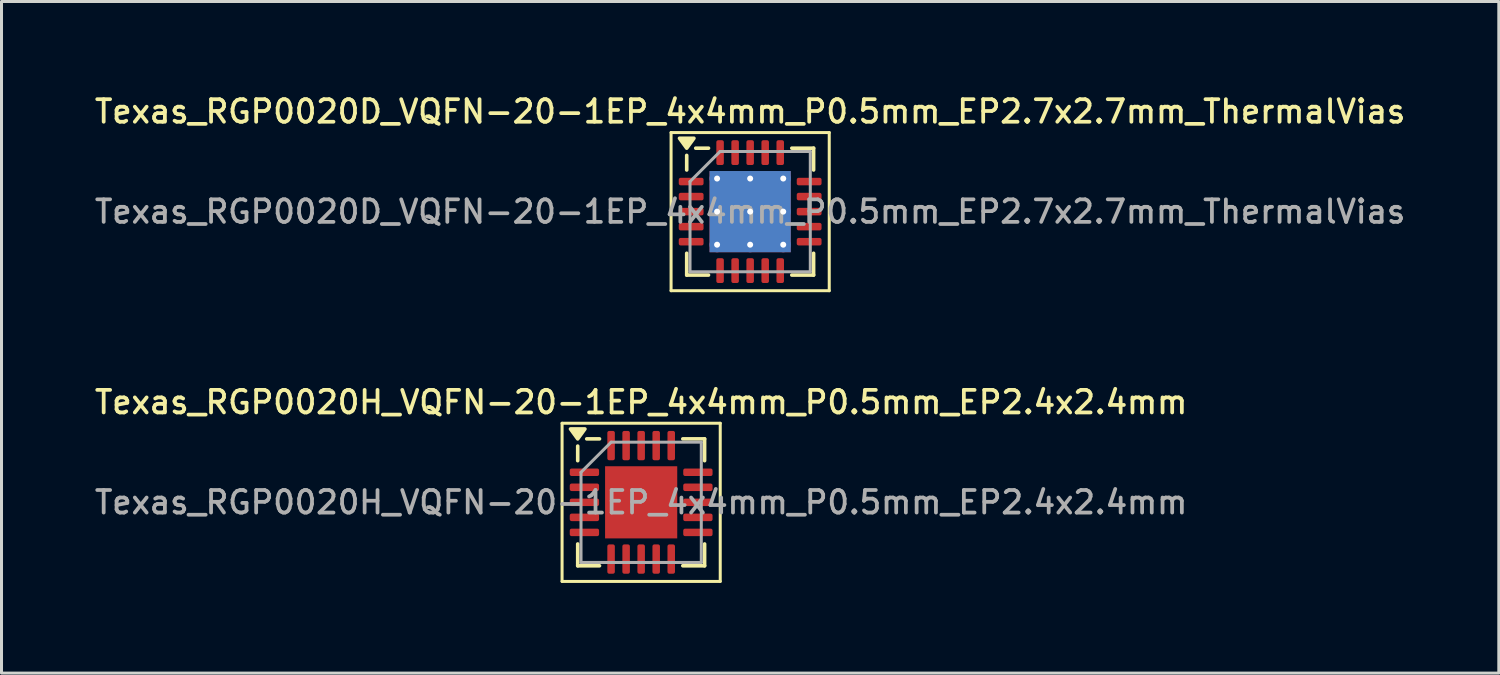
<source format=kicad_pcb>
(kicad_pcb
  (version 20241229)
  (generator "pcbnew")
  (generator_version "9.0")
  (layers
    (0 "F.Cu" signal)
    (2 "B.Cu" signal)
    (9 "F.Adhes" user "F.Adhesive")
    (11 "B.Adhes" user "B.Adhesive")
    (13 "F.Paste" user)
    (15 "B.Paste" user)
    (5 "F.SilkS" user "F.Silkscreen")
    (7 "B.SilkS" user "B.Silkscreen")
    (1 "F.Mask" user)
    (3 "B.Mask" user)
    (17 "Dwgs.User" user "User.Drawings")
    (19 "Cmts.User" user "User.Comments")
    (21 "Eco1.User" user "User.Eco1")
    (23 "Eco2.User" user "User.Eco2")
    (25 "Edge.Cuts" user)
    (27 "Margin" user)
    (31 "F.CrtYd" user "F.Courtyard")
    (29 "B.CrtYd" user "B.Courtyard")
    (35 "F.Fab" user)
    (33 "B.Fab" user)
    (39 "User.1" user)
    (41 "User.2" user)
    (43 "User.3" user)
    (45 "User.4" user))
  (footprint "Texas_RGP0020H_VQFN-20-1EP_4x4mm_P0.5mm_EP2.4x2.4mm"
    (layer "F.Cu")
    (at 18.273 13.656)
    (property "Reference" "Texas_RGP0020H_VQFN-20-1EP_4x4mm_P0.5mm_EP2.4x2.4mm" (at 0 -3.33 0) (layer "F.SilkS") (effects (font (size 0.75 0.75) (thickness 0.125))))
    (attr smd)
    (fp_line (start -2.63 -2.63) (end -2.63 2.63) (stroke (width 0.1) (type solid)) (layer "F.SilkS"))
    (fp_line (start -2.63 2.63) (end 2.63 2.63) (stroke (width 0.1) (type solid)) (layer "F.SilkS"))
    (fp_line (start -2.11 -1.385) (end -2.11 -1.87) (stroke (width 0.12) (type solid)) (layer "F.SilkS"))
    (fp_line (start -2.11 2.11) (end -2.11 1.385) (stroke (width 0.12) (type solid)) (layer "F.SilkS"))
    (fp_line (start -1.385 -2.11) (end -1.81 -2.11) (stroke (width 0.12) (type solid)) (layer "F.SilkS"))
    (fp_line (start -1.385 2.11) (end -2.11 2.11) (stroke (width 0.12) (type solid)) (layer "F.SilkS"))
    (fp_line (start 1.385 -2.11) (end 2.11 -2.11) (stroke (width 0.12) (type solid)) (layer "F.SilkS"))
    (fp_line (start 1.385 2.11) (end 2.11 2.11) (stroke (width 0.12) (type solid)) (layer "F.SilkS"))
    (fp_line (start 2.11 -2.11) (end 2.11 -1.385) (stroke (width 0.12) (type solid)) (layer "F.SilkS"))
    (fp_line (start 2.11 2.11) (end 2.11 1.385) (stroke (width 0.12) (type solid)) (layer "F.SilkS"))
    (fp_line (start 2.63 -2.63) (end -2.63 -2.63) (stroke (width 0.1) (type solid)) (layer "F.SilkS"))
    (fp_line (start 2.63 2.63) (end 2.63 -2.63) (stroke (width 0.1) (type solid)) (layer "F.SilkS"))
    (fp_poly (pts (xy -2.11 -2.11) (xy -2.35 -2.44) (xy -1.87 -2.44) (xy -2.11 -2.11)) (stroke (width 0.12) (type solid)) (fill yes) (layer "F.SilkS"))
    (fp_line (start -2 -1) (end -1 -2) (stroke (width 0.1) (type solid)) (layer "F.Fab"))
    (fp_line (start -2 2) (end -2 -1) (stroke (width 0.1) (type solid)) (layer "F.Fab"))
    (fp_line (start -1 -2) (end 2 -2) (stroke (width 0.1) (type solid)) (layer "F.Fab"))
    (fp_line (start 2 -2) (end 2 2) (stroke (width 0.1) (type solid)) (layer "F.Fab"))
    (fp_line (start 2 2) (end -2 2) (stroke (width 0.1) (type solid)) (layer "F.Fab"))
    (fp_text user "${REFERENCE}" (at 0 0 0) (layer "F.Fab") (effects (font (size 0.75 0.75) (thickness 0.125))))
    (pad "" smd roundrect (at -0.6 -0.6) (size 0.97 0.97) (layers "F.Paste") (roundrect_rratio 0.25))
    (pad "" smd roundrect (at -0.6 0.6) (size 0.97 0.97) (layers "F.Paste") (roundrect_rratio 0.25))
    (pad "" smd roundrect (at 0.6 -0.6) (size 0.97 0.97) (layers "F.Paste") (roundrect_rratio 0.25))
    (pad "" smd roundrect (at 0.6 0.6) (size 0.97 0.97) (layers "F.Paste") (roundrect_rratio 0.25))
    (pad "1" smd roundrect (at -1.887 -1) (size 0.975 0.25) (layers "F.Cu" "F.Mask" "F.Paste") (roundrect_rratio 0.25))
    (pad "2" smd roundrect (at -1.887 -0.5) (size 0.975 0.25) (layers "F.Cu" "F.Mask" "F.Paste") (roundrect_rratio 0.25))
    (pad "3" smd roundrect (at -1.887 0) (size 0.975 0.25) (layers "F.Cu" "F.Mask" "F.Paste") (roundrect_rratio 0.25))
    (pad "4" smd roundrect (at -1.887 0.5) (size 0.975 0.25) (layers "F.Cu" "F.Mask" "F.Paste") (roundrect_rratio 0.25))
    (pad "5" smd roundrect (at -1.887 1) (size 0.975 0.25) (layers "F.Cu" "F.Mask" "F.Paste") (roundrect_rratio 0.25))
    (pad "6" smd roundrect (at -1 1.887) (size 0.25 0.975) (layers "F.Cu" "F.Mask" "F.Paste") (roundrect_rratio 0.25))
    (pad "7" smd roundrect (at -0.5 1.887) (size 0.25 0.975) (layers "F.Cu" "F.Mask" "F.Paste") (roundrect_rratio 0.25))
    (pad "8" smd roundrect (at 0 1.887) (size 0.25 0.975) (layers "F.Cu" "F.Mask" "F.Paste") (roundrect_rratio 0.25))
    (pad "9" smd roundrect (at 0.5 1.887) (size 0.25 0.975) (layers "F.Cu" "F.Mask" "F.Paste") (roundrect_rratio 0.25))
    (pad "10" smd roundrect (at 1 1.887) (size 0.25 0.975) (layers "F.Cu" "F.Mask" "F.Paste") (roundrect_rratio 0.25))
    (pad "11" smd roundrect (at 1.887 1) (size 0.975 0.25) (layers "F.Cu" "F.Mask" "F.Paste") (roundrect_rratio 0.25))
    (pad "12" smd roundrect (at 1.887 0.5) (size 0.975 0.25) (layers "F.Cu" "F.Mask" "F.Paste") (roundrect_rratio 0.25))
    (pad "13" smd roundrect (at 1.887 0) (size 0.975 0.25) (layers "F.Cu" "F.Mask" "F.Paste") (roundrect_rratio 0.25))
    (pad "14" smd roundrect (at 1.887 -0.5) (size 0.975 0.25) (layers "F.Cu" "F.Mask" "F.Paste") (roundrect_rratio 0.25))
    (pad "15" smd roundrect (at 1.887 -1) (size 0.975 0.25) (layers "F.Cu" "F.Mask" "F.Paste") (roundrect_rratio 0.25))
    (pad "16" smd roundrect (at 1 -1.887) (size 0.25 0.975) (layers "F.Cu" "F.Mask" "F.Paste") (roundrect_rratio 0.25))
    (pad "17" smd roundrect (at 0.5 -1.887) (size 0.25 0.975) (layers "F.Cu" "F.Mask" "F.Paste") (roundrect_rratio 0.25))
    (pad "18" smd roundrect (at 0 -1.887) (size 0.25 0.975) (layers "F.Cu" "F.Mask" "F.Paste") (roundrect_rratio 0.25))
    (pad "19" smd roundrect (at -0.5 -1.887) (size 0.25 0.975) (layers "F.Cu" "F.Mask" "F.Paste") (roundrect_rratio 0.25))
    (pad "20" smd roundrect (at -1 -1.887) (size 0.25 0.975) (layers "F.Cu" "F.Mask" "F.Paste") (roundrect_rratio 0.25))
    (pad "21" smd rect (at 0 0) (size 2.4 2.4) (property pad_prop_heatsink) (layers "F.Cu" "F.Mask")))
  (footprint "Texas_RGP0020D_VQFN-20-1EP_4x4mm_P0.5mm_EP2.7x2.7mm_ThermalVias"
    (layer "F.Cu")
    (at 21.898 3.988)
    (property "Reference" "Texas_RGP0020D_VQFN-20-1EP_4x4mm_P0.5mm_EP2.7x2.7mm_ThermalVias" (at 0 -3.33 0) (layer "F.SilkS") (effects (font (size 0.75 0.75) (thickness 0.125))))
    (attr smd)
    (fp_line (start -2.63 -2.63) (end -2.63 2.63) (stroke (width 0.1) (type solid)) (layer "F.SilkS"))
    (fp_line (start -2.63 2.63) (end 2.63 2.63) (stroke (width 0.1) (type solid)) (layer "F.SilkS"))
    (fp_line (start -2.11 -1.385) (end -2.11 -1.87) (stroke (width 0.12) (type solid)) (layer "F.SilkS"))
    (fp_line (start -2.11 2.11) (end -2.11 1.385) (stroke (width 0.12) (type solid)) (layer "F.SilkS"))
    (fp_line (start -1.385 -2.11) (end -1.81 -2.11) (stroke (width 0.12) (type solid)) (layer "F.SilkS"))
    (fp_line (start -1.385 2.11) (end -2.11 2.11) (stroke (width 0.12) (type solid)) (layer "F.SilkS"))
    (fp_line (start 1.385 -2.11) (end 2.11 -2.11) (stroke (width 0.12) (type solid)) (layer "F.SilkS"))
    (fp_line (start 1.385 2.11) (end 2.11 2.11) (stroke (width 0.12) (type solid)) (layer "F.SilkS"))
    (fp_line (start 2.11 -2.11) (end 2.11 -1.385) (stroke (width 0.12) (type solid)) (layer "F.SilkS"))
    (fp_line (start 2.11 2.11) (end 2.11 1.385) (stroke (width 0.12) (type solid)) (layer "F.SilkS"))
    (fp_line (start 2.63 -2.63) (end -2.63 -2.63) (stroke (width 0.1) (type solid)) (layer "F.SilkS"))
    (fp_line (start 2.63 2.63) (end 2.63 -2.63) (stroke (width 0.1) (type solid)) (layer "F.SilkS"))
    (fp_poly (pts (xy -2.11 -2.11) (xy -2.35 -2.44) (xy -1.87 -2.44) (xy -2.11 -2.11)) (stroke (width 0.12) (type solid)) (fill yes) (layer "F.SilkS"))
    (fp_line (start -2 -1) (end -1 -2) (stroke (width 0.1) (type solid)) (layer "F.Fab"))
    (fp_line (start -2 2) (end -2 -1) (stroke (width 0.1) (type solid)) (layer "F.Fab"))
    (fp_line (start -1 -2) (end 2 -2) (stroke (width 0.1) (type solid)) (layer "F.Fab"))
    (fp_line (start 2 -2) (end 2 2) (stroke (width 0.1) (type solid)) (layer "F.Fab"))
    (fp_line (start 2 2) (end -2 2) (stroke (width 0.1) (type solid)) (layer "F.Fab"))
    (fp_text user "${REFERENCE}" (at 0 0 0) (layer "F.Fab") (effects (font (size 0.75 0.75) (thickness 0.125))))
    (pad "" smd roundrect (at -0.675 -0.675) (size 1.13 1.13) (layers "F.Paste") (roundrect_rratio 0.221))
    (pad "" smd roundrect (at -0.675 0.675) (size 1.13 1.13) (layers "F.Paste") (roundrect_rratio 0.221))
    (pad "" smd roundrect (at 0.675 -0.675) (size 1.13 1.13) (layers "F.Paste") (roundrect_rratio 0.221))
    (pad "" smd roundrect (at 0.675 0.675) (size 1.13 1.13) (layers "F.Paste") (roundrect_rratio 0.221))
    (pad "1" smd roundrect (at -1.962 -1) (size 0.825 0.25) (layers "F.Cu" "F.Mask" "F.Paste") (roundrect_rratio 0.25))
    (pad "2" smd roundrect (at -1.962 -0.5) (size 0.825 0.25) (layers "F.Cu" "F.Mask" "F.Paste") (roundrect_rratio 0.25))
    (pad "3" smd roundrect (at -1.962 0) (size 0.825 0.25) (layers "F.Cu" "F.Mask" "F.Paste") (roundrect_rratio 0.25))
    (pad "4" smd roundrect (at -1.962 0.5) (size 0.825 0.25) (layers "F.Cu" "F.Mask" "F.Paste") (roundrect_rratio 0.25))
    (pad "5" smd roundrect (at -1.962 1) (size 0.825 0.25) (layers "F.Cu" "F.Mask" "F.Paste") (roundrect_rratio 0.25))
    (pad "6" smd roundrect (at -1 1.962) (size 0.25 0.825) (layers "F.Cu" "F.Mask" "F.Paste") (roundrect_rratio 0.25))
    (pad "7" smd roundrect (at -0.5 1.962) (size 0.25 0.825) (layers "F.Cu" "F.Mask" "F.Paste") (roundrect_rratio 0.25))
    (pad "8" smd roundrect (at 0 1.962) (size 0.25 0.825) (layers "F.Cu" "F.Mask" "F.Paste") (roundrect_rratio 0.25))
    (pad "9" smd roundrect (at 0.5 1.962) (size 0.25 0.825) (layers "F.Cu" "F.Mask" "F.Paste") (roundrect_rratio 0.25))
    (pad "10" smd roundrect (at 1 1.962) (size 0.25 0.825) (layers "F.Cu" "F.Mask" "F.Paste") (roundrect_rratio 0.25))
    (pad "11" smd roundrect (at 1.962 1) (size 0.825 0.25) (layers "F.Cu" "F.Mask" "F.Paste") (roundrect_rratio 0.25))
    (pad "12" smd roundrect (at 1.962 0.5) (size 0.825 0.25) (layers "F.Cu" "F.Mask" "F.Paste") (roundrect_rratio 0.25))
    (pad "13" smd roundrect (at 1.962 0) (size 0.825 0.25) (layers "F.Cu" "F.Mask" "F.Paste") (roundrect_rratio 0.25))
    (pad "14" smd roundrect (at 1.962 -0.5) (size 0.825 0.25) (layers "F.Cu" "F.Mask" "F.Paste") (roundrect_rratio 0.25))
    (pad "15" smd roundrect (at 1.962 -1) (size 0.825 0.25) (layers "F.Cu" "F.Mask" "F.Paste") (roundrect_rratio 0.25))
    (pad "16" smd roundrect (at 1 -1.962) (size 0.25 0.825) (layers "F.Cu" "F.Mask" "F.Paste") (roundrect_rratio 0.25))
    (pad "17" smd roundrect (at 0.5 -1.962) (size 0.25 0.825) (layers "F.Cu" "F.Mask" "F.Paste") (roundrect_rratio 0.25))
    (pad "18" smd roundrect (at 0 -1.962) (size 0.25 0.825) (layers "F.Cu" "F.Mask" "F.Paste") (roundrect_rratio 0.25))
    (pad "19" smd roundrect (at -0.5 -1.962) (size 0.25 0.825) (layers "F.Cu" "F.Mask" "F.Paste") (roundrect_rratio 0.25))
    (pad "20" smd roundrect (at -1 -1.962) (size 0.25 0.825) (layers "F.Cu" "F.Mask" "F.Paste") (roundrect_rratio 0.25))
    (pad "21" thru_hole circle (at -1.1 -1.1) (size 0.5 0.5) (drill 0.2) (property pad_prop_heatsink) (layers "*.Cu"))
    (pad "21" thru_hole circle (at -1.1 0) (size 0.5 0.5) (drill 0.2) (property pad_prop_heatsink) (layers "*.Cu"))
    (pad "21" thru_hole circle (at -1.1 1.1) (size 0.5 0.5) (drill 0.2) (property pad_prop_heatsink) (layers "*.Cu"))
    (pad "21" thru_hole circle (at 0 -1.1) (size 0.5 0.5) (drill 0.2) (property pad_prop_heatsink) (layers "*.Cu"))
    (pad "21" thru_hole circle (at 0 0) (size 0.5 0.5) (drill 0.2) (property pad_prop_heatsink) (layers "*.Cu"))
    (pad "21" smd rect (at 0 0) (size 2.7 2.7) (property pad_prop_heatsink) (layers "F.Cu" "F.Mask"))
    (pad "21" smd rect (at 0 0) (size 2.7 2.7) (property pad_prop_heatsink) (layers "B.Cu"))
    (pad "21" thru_hole circle (at 0 1.1) (size 0.5 0.5) (drill 0.2) (property pad_prop_heatsink) (layers "*.Cu"))
    (pad "21" thru_hole circle (at 1.1 -1.1) (size 0.5 0.5) (drill 0.2) (property pad_prop_heatsink) (layers "*.Cu"))
    (pad "21" thru_hole circle (at 1.1 0) (size 0.5 0.5) (drill 0.2) (property pad_prop_heatsink) (layers "*.Cu"))
    (pad "21" thru_hole circle (at 1.1 1.1) (size 0.5 0.5) (drill 0.2) (property pad_prop_heatsink) (layers "*.Cu")))
  (gr_rect
    (start -3 -3)
    (end 46.796 19.336)
    (stroke (width 0.1) (type default))
    (fill no)
    (layer "Edge.Cuts")))
</source>
